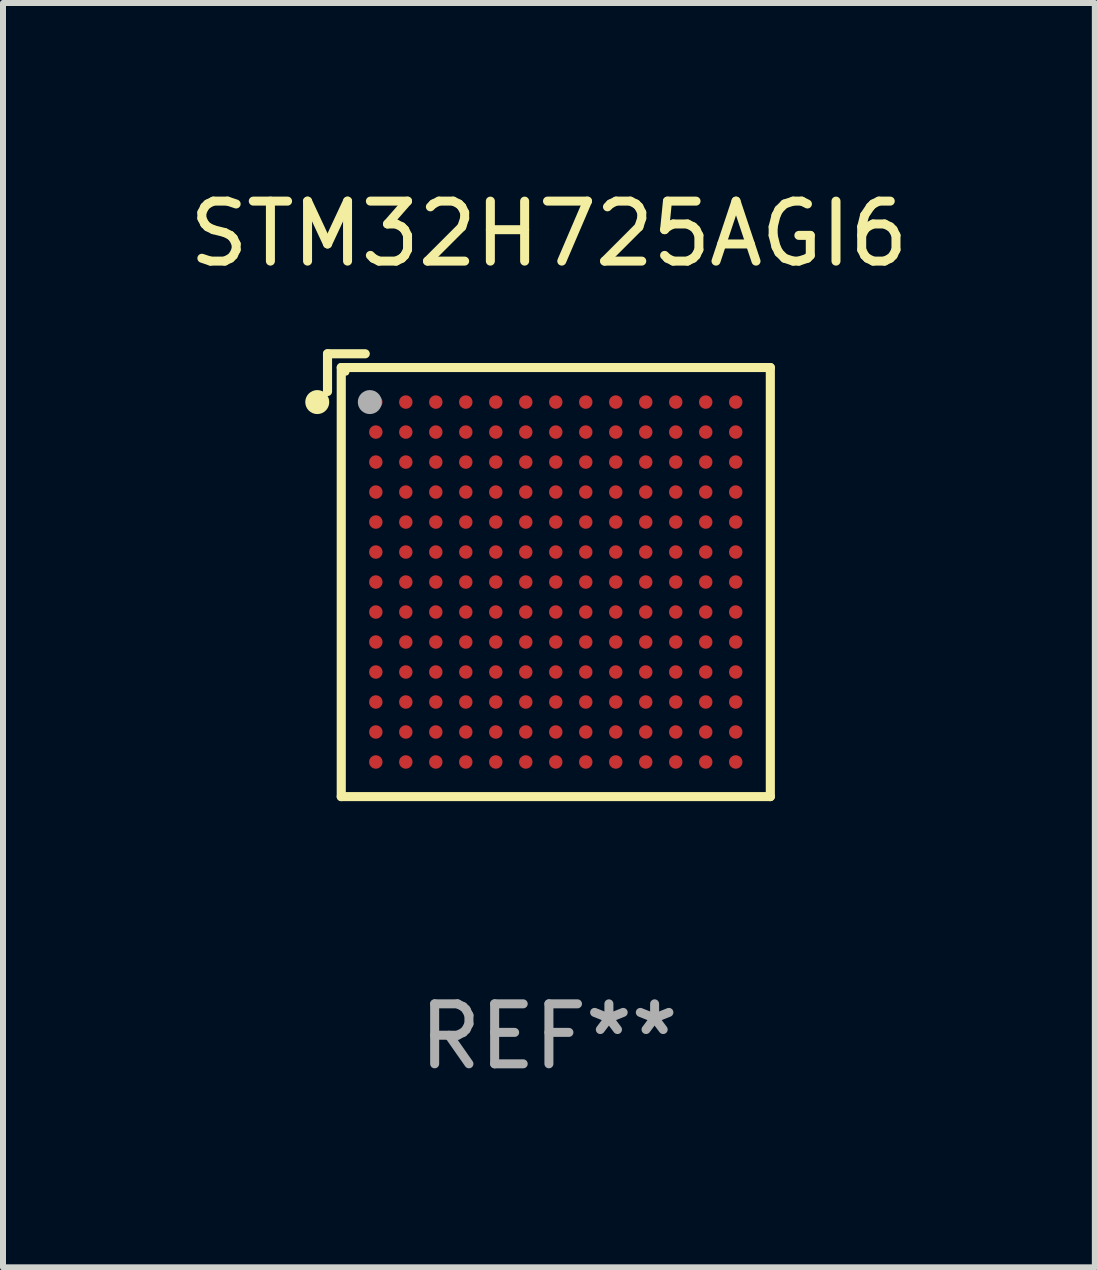
<source format=kicad_pcb>
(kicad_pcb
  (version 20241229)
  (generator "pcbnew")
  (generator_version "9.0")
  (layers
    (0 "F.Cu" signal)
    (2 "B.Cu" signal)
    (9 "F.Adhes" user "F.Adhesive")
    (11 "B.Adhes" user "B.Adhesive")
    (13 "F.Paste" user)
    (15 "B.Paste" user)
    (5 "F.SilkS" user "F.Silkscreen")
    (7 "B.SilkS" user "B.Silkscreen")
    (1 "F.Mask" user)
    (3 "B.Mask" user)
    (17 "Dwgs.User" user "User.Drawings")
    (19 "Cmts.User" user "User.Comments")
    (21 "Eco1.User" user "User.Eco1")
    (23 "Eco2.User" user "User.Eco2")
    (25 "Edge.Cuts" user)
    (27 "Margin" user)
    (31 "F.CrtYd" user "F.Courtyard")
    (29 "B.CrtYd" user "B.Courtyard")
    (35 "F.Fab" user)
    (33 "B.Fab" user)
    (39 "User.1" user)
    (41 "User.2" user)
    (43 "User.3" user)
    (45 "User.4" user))
  (footprint "STM32H725AGI6"
    (layer "F.Cu")
    (at 6.101 6.539)
    (property "Reference" "STM32H725AGI6" (at 0 -5.691 0) (layer "F.SilkS") (effects (font (size 1 1) (thickness 0.15))))
    (attr through_hole)
    (fp_line (start -3.691 -3.691) (end -3.691 -3.062) (stroke (width 0.152) (type solid)) (layer "F.SilkS"))
    (fp_line (start -3.462 -3.462) (end 3.691 -3.462) (stroke (width 0.152) (type solid)) (layer "F.SilkS"))
    (fp_line (start -3.462 3.691) (end -3.462 -3.462) (stroke (width 0.152) (type solid)) (layer "F.SilkS"))
    (fp_line (start -3.062 -3.691) (end -3.691 -3.691) (stroke (width 0.152) (type solid)) (layer "F.SilkS"))
    (fp_line (start 3.691 -3.462) (end 3.691 3.691) (stroke (width 0.152) (type solid)) (layer "F.SilkS"))
    (fp_line (start 3.691 3.691) (end -3.462 3.691) (stroke (width 0.152) (type solid)) (layer "F.SilkS"))
    (fp_circle (center -3.862 -2.886) (end -3.762 -2.886) (stroke (width 0.2) (type solid)) (fill no) (layer "F.SilkS"))
    (fp_circle (center -3.386 -3.386) (end -3.356 -3.386) (stroke (width 0.06) (type solid)) (fill no) (layer "F.SilkS"))
    (fp_circle (center -2.986 -2.886) (end -2.886 -2.886) (stroke (width 0.2) (type solid)) (fill no) (layer "F.Fab"))
    (fp_text user "REF**" (at 0 7.691 0) (layer "F.Fab") (effects (font (size 1 1) (thickness 0.15))))
    (pad "A1" smd circle (at -2.886 -2.886) (size 0.224 0.224) (layers "F.Cu" "F.Mask" "F.Paste"))
    (pad "A2" smd circle (at -2.386 -2.886) (size 0.224 0.224) (layers "F.Cu" "F.Mask" "F.Paste"))
    (pad "A3" smd circle (at -1.886 -2.886) (size 0.224 0.224) (layers "F.Cu" "F.Mask" "F.Paste"))
    (pad "A4" smd circle (at -1.386 -2.886) (size 0.224 0.224) (layers "F.Cu" "F.Mask" "F.Paste"))
    (pad "A5" smd circle (at -0.886 -2.886) (size 0.224 0.224) (layers "F.Cu" "F.Mask" "F.Paste"))
    (pad "A6" smd circle (at -0.386 -2.886) (size 0.224 0.224) (layers "F.Cu" "F.Mask" "F.Paste"))
    (pad "A7" smd circle (at 0.114 -2.886) (size 0.224 0.224) (layers "F.Cu" "F.Mask" "F.Paste"))
    (pad "A8" smd circle (at 0.614 -2.886) (size 0.224 0.224) (layers "F.Cu" "F.Mask" "F.Paste"))
    (pad "A9" smd circle (at 1.114 -2.886) (size 0.224 0.224) (layers "F.Cu" "F.Mask" "F.Paste"))
    (pad "A10" smd circle (at 1.614 -2.886) (size 0.224 0.224) (layers "F.Cu" "F.Mask" "F.Paste"))
    (pad "A11" smd circle (at 2.114 -2.886) (size 0.224 0.224) (layers "F.Cu" "F.Mask" "F.Paste"))
    (pad "A12" smd circle (at 2.614 -2.886) (size 0.224 0.224) (layers "F.Cu" "F.Mask" "F.Paste"))
    (pad "A13" smd circle (at 3.114 -2.886) (size 0.224 0.224) (layers "F.Cu" "F.Mask" "F.Paste"))
    (pad "B1" smd circle (at -2.886 -2.386) (size 0.224 0.224) (layers "F.Cu" "F.Mask" "F.Paste"))
    (pad "B2" smd circle (at -2.386 -2.386) (size 0.224 0.224) (layers "F.Cu" "F.Mask" "F.Paste"))
    (pad "B3" smd circle (at -1.886 -2.386) (size 0.224 0.224) (layers "F.Cu" "F.Mask" "F.Paste"))
    (pad "B4" smd circle (at -1.386 -2.386) (size 0.224 0.224) (layers "F.Cu" "F.Mask" "F.Paste"))
    (pad "B5" smd circle (at -0.886 -2.386) (size 0.224 0.224) (layers "F.Cu" "F.Mask" "F.Paste"))
    (pad "B6" smd circle (at -0.386 -2.386) (size 0.224 0.224) (layers "F.Cu" "F.Mask" "F.Paste"))
    (pad "B7" smd circle (at 0.114 -2.386) (size 0.224 0.224) (layers "F.Cu" "F.Mask" "F.Paste"))
    (pad "B8" smd circle (at 0.614 -2.386) (size 0.224 0.224) (layers "F.Cu" "F.Mask" "F.Paste"))
    (pad "B9" smd circle (at 1.114 -2.386) (size 0.224 0.224) (layers "F.Cu" "F.Mask" "F.Paste"))
    (pad "B10" smd circle (at 1.614 -2.386) (size 0.224 0.224) (layers "F.Cu" "F.Mask" "F.Paste"))
    (pad "B11" smd circle (at 2.114 -2.386) (size 0.224 0.224) (layers "F.Cu" "F.Mask" "F.Paste"))
    (pad "B12" smd circle (at 2.614 -2.386) (size 0.224 0.224) (layers "F.Cu" "F.Mask" "F.Paste"))
    (pad "B13" smd circle (at 3.114 -2.386) (size 0.224 0.224) (layers "F.Cu" "F.Mask" "F.Paste"))
    (pad "C1" smd circle (at -2.886 -1.886) (size 0.224 0.224) (layers "F.Cu" "F.Mask" "F.Paste"))
    (pad "C2" smd circle (at -2.386 -1.886) (size 0.224 0.224) (layers "F.Cu" "F.Mask" "F.Paste"))
    (pad "C3" smd circle (at -1.886 -1.886) (size 0.224 0.224) (layers "F.Cu" "F.Mask" "F.Paste"))
    (pad "C4" smd circle (at -1.386 -1.886) (size 0.224 0.224) (layers "F.Cu" "F.Mask" "F.Paste"))
    (pad "C5" smd circle (at -0.886 -1.886) (size 0.224 0.224) (layers "F.Cu" "F.Mask" "F.Paste"))
    (pad "C6" smd circle (at -0.386 -1.886) (size 0.224 0.224) (layers "F.Cu" "F.Mask" "F.Paste"))
    (pad "C7" smd circle (at 0.114 -1.886) (size 0.224 0.224) (layers "F.Cu" "F.Mask" "F.Paste"))
    (pad "C8" smd circle (at 0.614 -1.886) (size 0.224 0.224) (layers "F.Cu" "F.Mask" "F.Paste"))
    (pad "C9" smd circle (at 1.114 -1.886) (size 0.224 0.224) (layers "F.Cu" "F.Mask" "F.Paste"))
    (pad "C10" smd circle (at 1.614 -1.886) (size 0.224 0.224) (layers "F.Cu" "F.Mask" "F.Paste"))
    (pad "C11" smd circle (at 2.114 -1.886) (size 0.224 0.224) (layers "F.Cu" "F.Mask" "F.Paste"))
    (pad "C12" smd circle (at 2.614 -1.886) (size 0.224 0.224) (layers "F.Cu" "F.Mask" "F.Paste"))
    (pad "C13" smd circle (at 3.114 -1.886) (size 0.224 0.224) (layers "F.Cu" "F.Mask" "F.Paste"))
    (pad "D1" smd circle (at -2.886 -1.386) (size 0.224 0.224) (layers "F.Cu" "F.Mask" "F.Paste"))
    (pad "D2" smd circle (at -2.386 -1.386) (size 0.224 0.224) (layers "F.Cu" "F.Mask" "F.Paste"))
    (pad "D3" smd circle (at -1.886 -1.386) (size 0.224 0.224) (layers "F.Cu" "F.Mask" "F.Paste"))
    (pad "D4" smd circle (at -1.386 -1.386) (size 0.224 0.224) (layers "F.Cu" "F.Mask" "F.Paste"))
    (pad "D5" smd circle (at -0.886 -1.386) (size 0.224 0.224) (layers "F.Cu" "F.Mask" "F.Paste"))
    (pad "D6" smd circle (at -0.386 -1.386) (size 0.224 0.224) (layers "F.Cu" "F.Mask" "F.Paste"))
    (pad "D7" smd circle (at 0.114 -1.386) (size 0.224 0.224) (layers "F.Cu" "F.Mask" "F.Paste"))
    (pad "D8" smd circle (at 0.614 -1.386) (size 0.224 0.224) (layers "F.Cu" "F.Mask" "F.Paste"))
    (pad "D9" smd circle (at 1.114 -1.386) (size 0.224 0.224) (layers "F.Cu" "F.Mask" "F.Paste"))
    (pad "D10" smd circle (at 1.614 -1.386) (size 0.224 0.224) (layers "F.Cu" "F.Mask" "F.Paste"))
    (pad "D11" smd circle (at 2.114 -1.386) (size 0.224 0.224) (layers "F.Cu" "F.Mask" "F.Paste"))
    (pad "D12" smd circle (at 2.614 -1.386) (size 0.224 0.224) (layers "F.Cu" "F.Mask" "F.Paste"))
    (pad "D13" smd circle (at 3.114 -1.386) (size 0.224 0.224) (layers "F.Cu" "F.Mask" "F.Paste"))
    (pad "E1" smd circle (at -2.886 -0.886) (size 0.224 0.224) (layers "F.Cu" "F.Mask" "F.Paste"))
    (pad "E2" smd circle (at -2.386 -0.886) (size 0.224 0.224) (layers "F.Cu" "F.Mask" "F.Paste"))
    (pad "E3" smd circle (at -1.886 -0.886) (size 0.224 0.224) (layers "F.Cu" "F.Mask" "F.Paste"))
    (pad "E4" smd circle (at -1.386 -0.886) (size 0.224 0.224) (layers "F.Cu" "F.Mask" "F.Paste"))
    (pad "E5" smd circle (at -0.886 -0.886) (size 0.224 0.224) (layers "F.Cu" "F.Mask" "F.Paste"))
    (pad "E6" smd circle (at -0.386 -0.886) (size 0.224 0.224) (layers "F.Cu" "F.Mask" "F.Paste"))
    (pad "E7" smd circle (at 0.114 -0.886) (size 0.224 0.224) (layers "F.Cu" "F.Mask" "F.Paste"))
    (pad "E8" smd circle (at 0.614 -0.886) (size 0.224 0.224) (layers "F.Cu" "F.Mask" "F.Paste"))
    (pad "E9" smd circle (at 1.114 -0.886) (size 0.224 0.224) (layers "F.Cu" "F.Mask" "F.Paste"))
    (pad "E10" smd circle (at 1.614 -0.886) (size 0.224 0.224) (layers "F.Cu" "F.Mask" "F.Paste"))
    (pad "E11" smd circle (at 2.114 -0.886) (size 0.224 0.224) (layers "F.Cu" "F.Mask" "F.Paste"))
    (pad "E12" smd circle (at 2.614 -0.886) (size 0.224 0.224) (layers "F.Cu" "F.Mask" "F.Paste"))
    (pad "E13" smd circle (at 3.114 -0.886) (size 0.224 0.224) (layers "F.Cu" "F.Mask" "F.Paste"))
    (pad "F1" smd circle (at -2.886 -0.386) (size 0.224 0.224) (layers "F.Cu" "F.Mask" "F.Paste"))
    (pad "F2" smd circle (at -2.386 -0.386) (size 0.224 0.224) (layers "F.Cu" "F.Mask" "F.Paste"))
    (pad "F3" smd circle (at -1.886 -0.386) (size 0.224 0.224) (layers "F.Cu" "F.Mask" "F.Paste"))
    (pad "F4" smd circle (at -1.386 -0.386) (size 0.224 0.224) (layers "F.Cu" "F.Mask" "F.Paste"))
    (pad "F5" smd circle (at -0.886 -0.386) (size 0.224 0.224) (layers "F.Cu" "F.Mask" "F.Paste"))
    (pad "F6" smd circle (at -0.386 -0.386) (size 0.224 0.224) (layers "F.Cu" "F.Mask" "F.Paste"))
    (pad "F7" smd circle (at 0.114 -0.386) (size 0.224 0.224) (layers "F.Cu" "F.Mask" "F.Paste"))
    (pad "F8" smd circle (at 0.614 -0.386) (size 0.224 0.224) (layers "F.Cu" "F.Mask" "F.Paste"))
    (pad "F9" smd circle (at 1.114 -0.386) (size 0.224 0.224) (layers "F.Cu" "F.Mask" "F.Paste"))
    (pad "F10" smd circle (at 1.614 -0.386) (size 0.224 0.224) (layers "F.Cu" "F.Mask" "F.Paste"))
    (pad "F11" smd circle (at 2.114 -0.386) (size 0.224 0.224) (layers "F.Cu" "F.Mask" "F.Paste"))
    (pad "F12" smd circle (at 2.614 -0.386) (size 0.224 0.224) (layers "F.Cu" "F.Mask" "F.Paste"))
    (pad "F13" smd circle (at 3.114 -0.386) (size 0.224 0.224) (layers "F.Cu" "F.Mask" "F.Paste"))
    (pad "G1" smd circle (at -2.886 0.114) (size 0.224 0.224) (layers "F.Cu" "F.Mask" "F.Paste"))
    (pad "G2" smd circle (at -2.386 0.114) (size 0.224 0.224) (layers "F.Cu" "F.Mask" "F.Paste"))
    (pad "G3" smd circle (at -1.886 0.114) (size 0.224 0.224) (layers "F.Cu" "F.Mask" "F.Paste"))
    (pad "G4" smd circle (at -1.386 0.114) (size 0.224 0.224) (layers "F.Cu" "F.Mask" "F.Paste"))
    (pad "G5" smd circle (at -0.886 0.114) (size 0.224 0.224) (layers "F.Cu" "F.Mask" "F.Paste"))
    (pad "G6" smd circle (at -0.386 0.114) (size 0.224 0.224) (layers "F.Cu" "F.Mask" "F.Paste"))
    (pad "G7" smd circle (at 0.114 0.114) (size 0.224 0.224) (layers "F.Cu" "F.Mask" "F.Paste"))
    (pad "G8" smd circle (at 0.614 0.114) (size 0.224 0.224) (layers "F.Cu" "F.Mask" "F.Paste"))
    (pad "G9" smd circle (at 1.114 0.114) (size 0.224 0.224) (layers "F.Cu" "F.Mask" "F.Paste"))
    (pad "G10" smd circle (at 1.614 0.114) (size 0.224 0.224) (layers "F.Cu" "F.Mask" "F.Paste"))
    (pad "G11" smd circle (at 2.114 0.114) (size 0.224 0.224) (layers "F.Cu" "F.Mask" "F.Paste"))
    (pad "G12" smd circle (at 2.614 0.114) (size 0.224 0.224) (layers "F.Cu" "F.Mask" "F.Paste"))
    (pad "G13" smd circle (at 3.114 0.114) (size 0.224 0.224) (layers "F.Cu" "F.Mask" "F.Paste"))
    (pad "H1" smd circle (at -2.886 0.614) (size 0.224 0.224) (layers "F.Cu" "F.Mask" "F.Paste"))
    (pad "H2" smd circle (at -2.386 0.614) (size 0.224 0.224) (layers "F.Cu" "F.Mask" "F.Paste"))
    (pad "H3" smd circle (at -1.886 0.614) (size 0.224 0.224) (layers "F.Cu" "F.Mask" "F.Paste"))
    (pad "H4" smd circle (at -1.386 0.614) (size 0.224 0.224) (layers "F.Cu" "F.Mask" "F.Paste"))
    (pad "H5" smd circle (at -0.886 0.614) (size 0.224 0.224) (layers "F.Cu" "F.Mask" "F.Paste"))
    (pad "H6" smd circle (at -0.386 0.614) (size 0.224 0.224) (layers "F.Cu" "F.Mask" "F.Paste"))
    (pad "H7" smd circle (at 0.114 0.614) (size 0.224 0.224) (layers "F.Cu" "F.Mask" "F.Paste"))
    (pad "H8" smd circle (at 0.614 0.614) (size 0.224 0.224) (layers "F.Cu" "F.Mask" "F.Paste"))
    (pad "H9" smd circle (at 1.114 0.614) (size 0.224 0.224) (layers "F.Cu" "F.Mask" "F.Paste"))
    (pad "H10" smd circle (at 1.614 0.614) (size 0.224 0.224) (layers "F.Cu" "F.Mask" "F.Paste"))
    (pad "H11" smd circle (at 2.114 0.614) (size 0.224 0.224) (layers "F.Cu" "F.Mask" "F.Paste"))
    (pad "H12" smd circle (at 2.614 0.614) (size 0.224 0.224) (layers "F.Cu" "F.Mask" "F.Paste"))
    (pad "H13" smd circle (at 3.114 0.614) (size 0.224 0.224) (layers "F.Cu" "F.Mask" "F.Paste"))
    (pad "J1" smd circle (at -2.886 1.114) (size 0.224 0.224) (layers "F.Cu" "F.Mask" "F.Paste"))
    (pad "J2" smd circle (at -2.386 1.114) (size 0.224 0.224) (layers "F.Cu" "F.Mask" "F.Paste"))
    (pad "J3" smd circle (at -1.886 1.114) (size 0.224 0.224) (layers "F.Cu" "F.Mask" "F.Paste"))
    (pad "J4" smd circle (at -1.386 1.114) (size 0.224 0.224) (layers "F.Cu" "F.Mask" "F.Paste"))
    (pad "J5" smd circle (at -0.886 1.114) (size 0.224 0.224) (layers "F.Cu" "F.Mask" "F.Paste"))
    (pad "J6" smd circle (at -0.386 1.114) (size 0.224 0.224) (layers "F.Cu" "F.Mask" "F.Paste"))
    (pad "J7" smd circle (at 0.114 1.114) (size 0.224 0.224) (layers "F.Cu" "F.Mask" "F.Paste"))
    (pad "J8" smd circle (at 0.614 1.114) (size 0.224 0.224) (layers "F.Cu" "F.Mask" "F.Paste"))
    (pad "J9" smd circle (at 1.114 1.114) (size 0.224 0.224) (layers "F.Cu" "F.Mask" "F.Paste"))
    (pad "J10" smd circle (at 1.614 1.114) (size 0.224 0.224) (layers "F.Cu" "F.Mask" "F.Paste"))
    (pad "J11" smd circle (at 2.114 1.114) (size 0.224 0.224) (layers "F.Cu" "F.Mask" "F.Paste"))
    (pad "J12" smd circle (at 2.614 1.114) (size 0.224 0.224) (layers "F.Cu" "F.Mask" "F.Paste"))
    (pad "J13" smd circle (at 3.114 1.114) (size 0.224 0.224) (layers "F.Cu" "F.Mask" "F.Paste"))
    (pad "K1" smd circle (at -2.886 1.614) (size 0.224 0.224) (layers "F.Cu" "F.Mask" "F.Paste"))
    (pad "K2" smd circle (at -2.386 1.614) (size 0.224 0.224) (layers "F.Cu" "F.Mask" "F.Paste"))
    (pad "K3" smd circle (at -1.886 1.614) (size 0.224 0.224) (layers "F.Cu" "F.Mask" "F.Paste"))
    (pad "K4" smd circle (at -1.386 1.614) (size 0.224 0.224) (layers "F.Cu" "F.Mask" "F.Paste"))
    (pad "K5" smd circle (at -0.886 1.614) (size 0.224 0.224) (layers "F.Cu" "F.Mask" "F.Paste"))
    (pad "K6" smd circle (at -0.386 1.614) (size 0.224 0.224) (layers "F.Cu" "F.Mask" "F.Paste"))
    (pad "K7" smd circle (at 0.114 1.614) (size 0.224 0.224) (layers "F.Cu" "F.Mask" "F.Paste"))
    (pad "K8" smd circle (at 0.614 1.614) (size 0.224 0.224) (layers "F.Cu" "F.Mask" "F.Paste"))
    (pad "K9" smd circle (at 1.114 1.614) (size 0.224 0.224) (layers "F.Cu" "F.Mask" "F.Paste"))
    (pad "K10" smd circle (at 1.614 1.614) (size 0.224 0.224) (layers "F.Cu" "F.Mask" "F.Paste"))
    (pad "K11" smd circle (at 2.114 1.614) (size 0.224 0.224) (layers "F.Cu" "F.Mask" "F.Paste"))
    (pad "K12" smd circle (at 2.614 1.614) (size 0.224 0.224) (layers "F.Cu" "F.Mask" "F.Paste"))
    (pad "K13" smd circle (at 3.114 1.614) (size 0.224 0.224) (layers "F.Cu" "F.Mask" "F.Paste"))
    (pad "L1" smd circle (at -2.886 2.114) (size 0.224 0.224) (layers "F.Cu" "F.Mask" "F.Paste"))
    (pad "L2" smd circle (at -2.386 2.114) (size 0.224 0.224) (layers "F.Cu" "F.Mask" "F.Paste"))
    (pad "L3" smd circle (at -1.886 2.114) (size 0.224 0.224) (layers "F.Cu" "F.Mask" "F.Paste"))
    (pad "L4" smd circle (at -1.386 2.114) (size 0.224 0.224) (layers "F.Cu" "F.Mask" "F.Paste"))
    (pad "L5" smd circle (at -0.886 2.114) (size 0.224 0.224) (layers "F.Cu" "F.Mask" "F.Paste"))
    (pad "L6" smd circle (at -0.386 2.114) (size 0.224 0.224) (layers "F.Cu" "F.Mask" "F.Paste"))
    (pad "L7" smd circle (at 0.114 2.114) (size 0.224 0.224) (layers "F.Cu" "F.Mask" "F.Paste"))
    (pad "L8" smd circle (at 0.614 2.114) (size 0.224 0.224) (layers "F.Cu" "F.Mask" "F.Paste"))
    (pad "L9" smd circle (at 1.114 2.114) (size 0.224 0.224) (layers "F.Cu" "F.Mask" "F.Paste"))
    (pad "L10" smd circle (at 1.614 2.114) (size 0.224 0.224) (layers "F.Cu" "F.Mask" "F.Paste"))
    (pad "L11" smd circle (at 2.114 2.114) (size 0.224 0.224) (layers "F.Cu" "F.Mask" "F.Paste"))
    (pad "L12" smd circle (at 2.614 2.114) (size 0.224 0.224) (layers "F.Cu" "F.Mask" "F.Paste"))
    (pad "L13" smd circle (at 3.114 2.114) (size 0.224 0.224) (layers "F.Cu" "F.Mask" "F.Paste"))
    (pad "M1" smd circle (at -2.886 2.614) (size 0.224 0.224) (layers "F.Cu" "F.Mask" "F.Paste"))
    (pad "M2" smd circle (at -2.386 2.614) (size 0.224 0.224) (layers "F.Cu" "F.Mask" "F.Paste"))
    (pad "M3" smd circle (at -1.886 2.614) (size 0.224 0.224) (layers "F.Cu" "F.Mask" "F.Paste"))
    (pad "M4" smd circle (at -1.386 2.614) (size 0.224 0.224) (layers "F.Cu" "F.Mask" "F.Paste"))
    (pad "M5" smd circle (at -0.886 2.614) (size 0.224 0.224) (layers "F.Cu" "F.Mask" "F.Paste"))
    (pad "M6" smd circle (at -0.386 2.614) (size 0.224 0.224) (layers "F.Cu" "F.Mask" "F.Paste"))
    (pad "M7" smd circle (at 0.114 2.614) (size 0.224 0.224) (layers "F.Cu" "F.Mask" "F.Paste"))
    (pad "M8" smd circle (at 0.614 2.614) (size 0.224 0.224) (layers "F.Cu" "F.Mask" "F.Paste"))
    (pad "M9" smd circle (at 1.114 2.614) (size 0.224 0.224) (layers "F.Cu" "F.Mask" "F.Paste"))
    (pad "M10" smd circle (at 1.614 2.614) (size 0.224 0.224) (layers "F.Cu" "F.Mask" "F.Paste"))
    (pad "M11" smd circle (at 2.114 2.614) (size 0.224 0.224) (layers "F.Cu" "F.Mask" "F.Paste"))
    (pad "M12" smd circle (at 2.614 2.614) (size 0.224 0.224) (layers "F.Cu" "F.Mask" "F.Paste"))
    (pad "M13" smd circle (at 3.114 2.614) (size 0.224 0.224) (layers "F.Cu" "F.Mask" "F.Paste"))
    (pad "N1" smd circle (at -2.886 3.114) (size 0.224 0.224) (layers "F.Cu" "F.Mask" "F.Paste"))
    (pad "N2" smd circle (at -2.386 3.114) (size 0.224 0.224) (layers "F.Cu" "F.Mask" "F.Paste"))
    (pad "N3" smd circle (at -1.886 3.114) (size 0.224 0.224) (layers "F.Cu" "F.Mask" "F.Paste"))
    (pad "N4" smd circle (at -1.386 3.114) (size 0.224 0.224) (layers "F.Cu" "F.Mask" "F.Paste"))
    (pad "N5" smd circle (at -0.886 3.114) (size 0.224 0.224) (layers "F.Cu" "F.Mask" "F.Paste"))
    (pad "N6" smd circle (at -0.386 3.114) (size 0.224 0.224) (layers "F.Cu" "F.Mask" "F.Paste"))
    (pad "N7" smd circle (at 0.114 3.114) (size 0.224 0.224) (layers "F.Cu" "F.Mask" "F.Paste"))
    (pad "N8" smd circle (at 0.614 3.114) (size 0.224 0.224) (layers "F.Cu" "F.Mask" "F.Paste"))
    (pad "N9" smd circle (at 1.114 3.114) (size 0.224 0.224) (layers "F.Cu" "F.Mask" "F.Paste"))
    (pad "N10" smd circle (at 1.614 3.114) (size 0.224 0.224) (layers "F.Cu" "F.Mask" "F.Paste"))
    (pad "N11" smd circle (at 2.114 3.114) (size 0.224 0.224) (layers "F.Cu" "F.Mask" "F.Paste"))
    (pad "N12" smd circle (at 2.614 3.114) (size 0.224 0.224) (layers "F.Cu" "F.Mask" "F.Paste"))
    (pad "N13" smd circle (at 3.114 3.114) (size 0.224 0.224) (layers "F.Cu" "F.Mask" "F.Paste")))
  (gr_rect
    (start -3 -3)
    (end 15.202 18.078)
    (stroke (width 0.1) (type default))
    (fill no)
    (layer "Edge.Cuts")))
</source>
